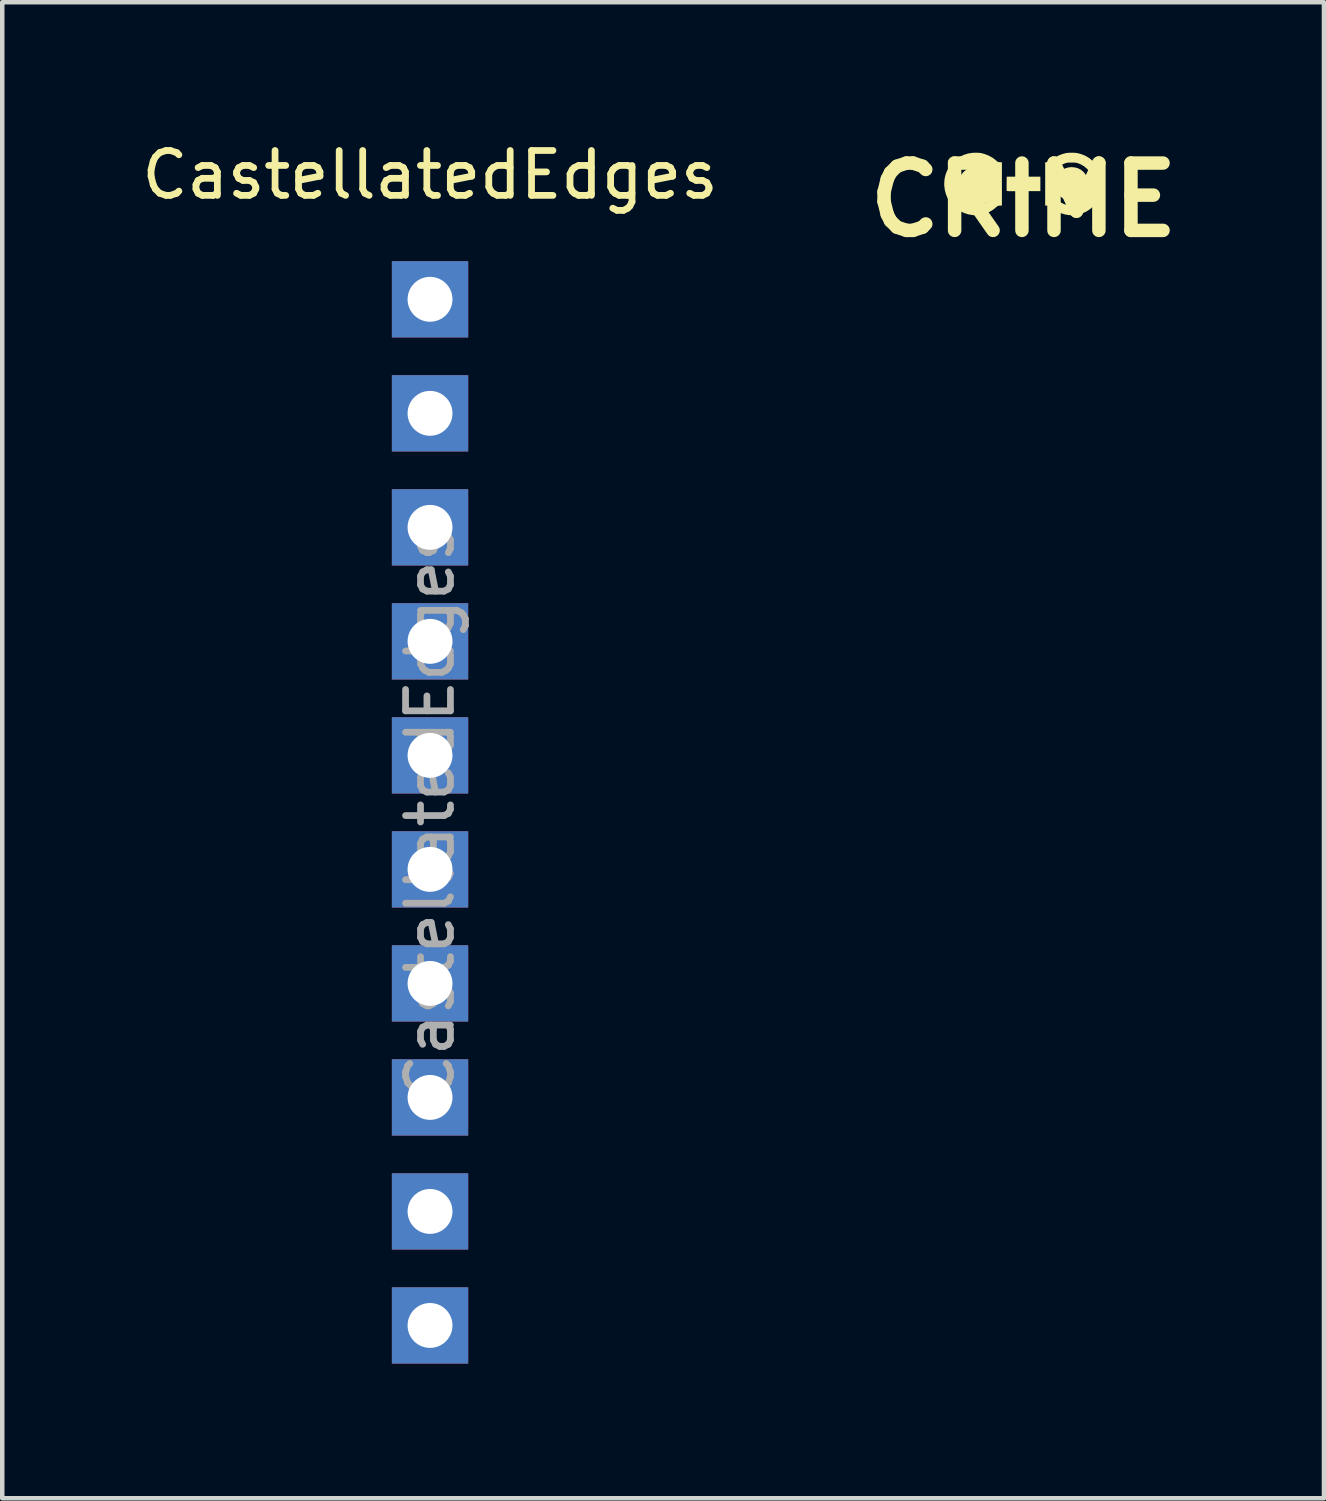
<source format=kicad_pcb>
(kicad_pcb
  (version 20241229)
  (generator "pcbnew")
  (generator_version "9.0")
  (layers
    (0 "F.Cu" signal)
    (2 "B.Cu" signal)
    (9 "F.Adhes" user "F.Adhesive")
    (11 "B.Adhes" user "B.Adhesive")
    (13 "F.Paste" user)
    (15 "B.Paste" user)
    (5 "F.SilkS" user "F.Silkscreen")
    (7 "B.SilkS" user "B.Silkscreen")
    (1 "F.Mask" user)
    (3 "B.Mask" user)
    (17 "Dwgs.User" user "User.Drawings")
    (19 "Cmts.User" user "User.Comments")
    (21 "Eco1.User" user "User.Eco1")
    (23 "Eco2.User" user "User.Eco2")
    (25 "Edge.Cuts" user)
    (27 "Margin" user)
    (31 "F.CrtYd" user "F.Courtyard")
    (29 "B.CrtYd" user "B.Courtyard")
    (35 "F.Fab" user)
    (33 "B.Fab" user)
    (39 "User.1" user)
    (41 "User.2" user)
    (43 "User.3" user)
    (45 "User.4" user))
  (footprint "CastellatedEdges"
    (layer "F.Cu")
    (at 6.53 3.618)
    (property "Reference" "CastellatedEdges" (at 0 -2.77 0) (layer "F.SilkS") (effects (font (size 1 1) (thickness 0.15))))
    (attr through_hole)
    (fp_text user "${REFERENCE}" (at 0 11.43 90) (layer "F.Fab") (effects (font (size 1 1) (thickness 0.15))))
    (pad "1" thru_hole rect (at 0 0) (size 1.7 1.7) (drill 1) (layers "*.Cu" "*.Mask"))
    (pad "2" thru_hole rect (at 0 2.54) (size 1.7 1.7) (drill 1) (layers "*.Cu" "*.Mask"))
    (pad "3" thru_hole rect (at 0 5.08) (size 1.7 1.7) (drill 1) (layers "*.Cu" "*.Mask"))
    (pad "4" thru_hole rect (at 0 7.62) (size 1.7 1.7) (drill 1) (layers "*.Cu" "*.Mask"))
    (pad "5" thru_hole rect (at 0 10.16) (size 1.7 1.7) (drill 1) (layers "*.Cu" "*.Mask"))
    (pad "6" thru_hole rect (at 0 12.7) (size 1.7 1.7) (drill 1) (layers "*.Cu" "*.Mask"))
    (pad "7" thru_hole rect (at 0 15.24) (size 1.7 1.7) (drill 1) (layers "*.Cu" "*.Mask"))
    (pad "8" thru_hole rect (at 0 17.78) (size 1.7 1.7) (drill 1) (layers "*.Cu" "*.Mask"))
    (pad "9" thru_hole rect (at 0 20.32) (size 1.7 1.7) (drill 1) (layers "*.Cu" "*.Mask"))
    (pad "10" thru_hole rect (at 0 22.86) (size 1.7 1.7) (drill 1) (layers "*.Cu" "*.Mask")))
  (footprint "CRIME"
    (layer "F.Cu")
    (at 19.752 1.404)
    (property "Reference" "CRIME" (at 0 0 0) (layer "F.SilkS") (effects (font (size 1.5 1.5) (thickness 0.3))))
    (attr board_only exclude_from_pos_files exclude_from_bom)
    (fp_poly (pts (xy 0.375 -0.357) (xy 0.375 -0.196) (xy 0.002 -0.195) (xy -0.084 -0.194) (xy -0.156 -0.194) (xy -0.216 -0.194) (xy -0.265 -0.194) (xy -0.303 -0.195) (xy -0.332 -0.196) (xy -0.353 -0.197) (xy -0.366 -0.199) (xy -0.374 -0.2) (xy -0.375 -0.202) (xy -0.376 -0.211) (xy -0.377 -0.233) (xy -0.377 -0.265) (xy -0.377 -0.304) (xy -0.377 -0.348) (xy -0.377 -0.364) (xy -0.375 -0.518) (xy 0 -0.518) (xy 0.375 -0.518)) (stroke (width 0) (type solid)) (fill yes) (layer "F.SilkS"))
    (fp_poly (pts (xy -0.998 -0.724) (xy -0.929 -0.705) (xy -0.867 -0.673) (xy -0.813 -0.63) (xy -0.767 -0.576) (xy -0.73 -0.512) (xy -0.716 -0.476) (xy -0.701 -0.415) (xy -0.697 -0.349) (xy -0.703 -0.284) (xy -0.716 -0.239) (xy -0.747 -0.171) (xy -0.788 -0.112) (xy -0.839 -0.062) (xy -0.881 -0.033) (xy -0.935 -0.008) (xy -0.995 0.009) (xy -1.058 0.018) (xy -1.117 0.016) (xy -1.133 0.014) (xy -1.203 -0.005) (xy -1.265 -0.035) (xy -1.319 -0.075) (xy -1.364 -0.123) (xy -1.4 -0.177) (xy -1.426 -0.237) (xy -1.442 -0.3) (xy -1.446 -0.366) (xy -1.439 -0.432) (xy -1.419 -0.498) (xy -1.386 -0.561) (xy -1.383 -0.567) (xy -1.337 -0.623) (xy -1.283 -0.668) (xy -1.222 -0.701) (xy -1.154 -0.722) (xy -1.081 -0.731) (xy -1.071 -0.731)) (stroke (width 0) (type solid)) (fill yes) (layer "F.SilkS"))
    (fp_poly (pts (xy 1.145 -0.724) (xy 1.214 -0.705) (xy 1.276 -0.673) (xy 1.33 -0.63) (xy 1.376 -0.576) (xy 1.412 -0.512) (xy 1.427 -0.476) (xy 1.443 -0.41) (xy 1.446 -0.342) (xy 1.436 -0.273) (xy 1.414 -0.206) (xy 1.383 -0.147) (xy 1.342 -0.098) (xy 1.293 -0.054) (xy 1.262 -0.033) (xy 1.208 -0.008) (xy 1.147 0.009) (xy 1.085 0.018) (xy 1.026 0.016) (xy 1.01 0.014) (xy 0.94 -0.005) (xy 0.878 -0.035) (xy 0.824 -0.075) (xy 0.779 -0.123) (xy 0.743 -0.177) (xy 0.717 -0.237) (xy 0.701 -0.3) (xy 0.697 -0.366) (xy 0.704 -0.432) (xy 0.724 -0.498) (xy 0.757 -0.561) (xy 0.76 -0.567) (xy 0.806 -0.623) (xy 0.86 -0.668) (xy 0.921 -0.701) (xy 0.989 -0.722) (xy 1.062 -0.731) (xy 1.071 -0.731)) (stroke (width 0) (type solid)) (fill yes) (layer "F.SilkS"))
    (fp_poly (pts (xy 1.119 -1.051) (xy 1.162 -1.048) (xy 1.196 -1.044) (xy 1.196 -1.044) (xy 1.294 -1.018) (xy 1.382 -0.981) (xy 1.463 -0.932) (xy 1.539 -0.871) (xy 1.572 -0.838) (xy 1.609 -0.798) (xy 1.638 -0.763) (xy 1.662 -0.727) (xy 1.685 -0.686) (xy 1.694 -0.668) (xy 1.729 -0.587) (xy 1.752 -0.507) (xy 1.764 -0.423) (xy 1.767 -0.357) (xy 1.76 -0.256) (xy 1.741 -0.162) (xy 1.708 -0.072) (xy 1.662 0.012) (xy 1.603 0.091) (xy 1.553 0.143) (xy 1.48 0.206) (xy 1.404 0.256) (xy 1.323 0.293) (xy 1.234 0.32) (xy 1.214 0.325) (xy 1.181 0.33) (xy 1.141 0.335) (xy 1.099 0.338) (xy 1.059 0.34) (xy 1.026 0.339) (xy 1.014 0.339) (xy 0.914 0.321) (xy 0.82 0.292) (xy 0.734 0.253) (xy 0.657 0.203) (xy 0.61 0.163) (xy 0.59 0.145) (xy 0.575 0.135) (xy 0.559 0.13) (xy 0.536 0.128) (xy 0.528 0.127) (xy 0.482 0.125) (xy 0.482 -0.357) (xy 0.597 -0.357) (xy 0.597 -0.316) (xy 0.598 -0.285) (xy 0.6 -0.262) (xy 0.603 -0.242) (xy 0.609 -0.223) (xy 0.617 -0.2) (xy 0.619 -0.196) (xy 0.655 -0.118) (xy 0.701 -0.05) (xy 0.757 0.007) (xy 0.823 0.053) (xy 0.898 0.09) (xy 0.961 0.111) (xy 0.989 0.117) (xy 1.027 0.119) (xy 1.078 0.119) (xy 1.086 0.119) (xy 1.126 0.117) (xy 1.156 0.115) (xy 1.181 0.111) (xy 1.205 0.105) (xy 1.231 0.095) (xy 1.233 0.095) (xy 1.31 0.059) (xy 1.378 0.013) (xy 1.435 -0.043) (xy 1.482 -0.109) (xy 1.52 -0.186) (xy 1.524 -0.196) (xy 1.533 -0.219) (xy 1.539 -0.239) (xy 1.543 -0.258) (xy 1.545 -0.281) (xy 1.546 -0.31) (xy 1.546 -0.349) (xy 1.546 -0.357) (xy 1.546 -0.398) (xy 1.545 -0.429) (xy 1.543 -0.452) (xy 1.54 -0.472) (xy 1.534 -0.491) (xy 1.526 -0.514) (xy 1.524 -0.519) (xy 1.489 -0.594) (xy 1.446 -0.658) (xy 1.411 -0.697) (xy 1.352 -0.747) (xy 1.285 -0.787) (xy 1.233 -0.81) (xy 1.209 -0.818) (xy 1.19 -0.824) (xy 1.17 -0.828) (xy 1.148 -0.831) (xy 1.119 -0.832) (xy 1.08 -0.832) (xy 1.071 -0.832) (xy 1.03 -0.832) (xy 1 -0.831) (xy 0.976 -0.829) (xy 0.957 -0.825) (xy 0.937 -0.82) (xy 0.915 -0.811) (xy 0.91 -0.81) (xy 0.832 -0.773) (xy 0.765 -0.727) (xy 0.707 -0.671) (xy 0.66 -0.605) (xy 0.623 -0.528) (xy 0.619 -0.519) (xy 0.61 -0.495) (xy 0.604 -0.475) (xy 0.6 -0.456) (xy 0.598 -0.434) (xy 0.597 -0.405) (xy 0.597 -0.365) (xy 0.597 -0.357) (xy 0.482 -0.357) (xy 0.482 -0.839) (xy 0.528 -0.841) (xy 0.554 -0.843) (xy 0.571 -0.847) (xy 0.586 -0.856) (xy 0.604 -0.872) (xy 0.61 -0.878) (xy 0.679 -0.933) (xy 0.758 -0.979) (xy 0.846 -1.016) (xy 0.942 -1.043) (xy 0.946 -1.044) (xy 0.98 -1.048) (xy 1.023 -1.051) (xy 1.071 -1.052)) (stroke (width 0) (type solid)) (fill yes) (layer "F.SilkS"))
    (fp_poly (pts (xy -1.033 -1.052) (xy -0.995 -1.049) (xy -0.963 -1.046) (xy -0.946 -1.044) (xy -0.852 -1.018) (xy -0.764 -0.982) (xy -0.685 -0.937) (xy -0.615 -0.882) (xy -0.61 -0.878) (xy -0.59 -0.859) (xy -0.575 -0.849) (xy -0.559 -0.844) (xy -0.536 -0.842) (xy -0.528 -0.841) (xy -0.482 -0.839) (xy -0.482 -0.357) (xy -0.482 0.125) (xy -0.528 0.127) (xy -0.554 0.129) (xy -0.571 0.133) (xy -0.586 0.142) (xy -0.604 0.157) (xy -0.61 0.163) (xy -0.68 0.219) (xy -0.758 0.265) (xy -0.844 0.301) (xy -0.929 0.325) (xy -0.962 0.33) (xy -1.002 0.335) (xy -1.044 0.338) (xy -1.084 0.34) (xy -1.117 0.339) (xy -1.129 0.339) (xy -1.228 0.321) (xy -1.323 0.292) (xy -1.41 0.252) (xy -1.464 0.219) (xy -1.493 0.197) (xy -1.527 0.167) (xy -1.563 0.132) (xy -1.597 0.097) (xy -1.626 0.064) (xy -1.639 0.046) (xy -1.691 -0.038) (xy -1.729 -0.127) (xy -1.754 -0.222) (xy -1.766 -0.321) (xy -1.767 -0.357) (xy -1.546 -0.357) (xy -1.546 -0.316) (xy -1.545 -0.285) (xy -1.543 -0.262) (xy -1.54 -0.242) (xy -1.534 -0.223) (xy -1.526 -0.2) (xy -1.524 -0.196) (xy -1.487 -0.118) (xy -1.441 -0.05) (xy -1.386 0.007) (xy -1.32 0.053) (xy -1.244 0.09) (xy -1.182 0.111) (xy -1.154 0.117) (xy -1.115 0.119) (xy -1.065 0.119) (xy -1.057 0.119) (xy -1.017 0.117) (xy -0.987 0.115) (xy -0.962 0.111) (xy -0.938 0.105) (xy -0.911 0.095) (xy -0.91 0.095) (xy -0.833 0.059) (xy -0.765 0.013) (xy -0.708 -0.043) (xy -0.661 -0.109) (xy -0.623 -0.186) (xy -0.619 -0.196) (xy -0.61 -0.219) (xy -0.604 -0.239) (xy -0.6 -0.258) (xy -0.598 -0.281) (xy -0.597 -0.31) (xy -0.597 -0.349) (xy -0.597 -0.357) (xy -0.597 -0.398) (xy -0.598 -0.429) (xy -0.6 -0.452) (xy -0.603 -0.472) (xy -0.609 -0.491) (xy -0.617 -0.514) (xy -0.619 -0.519) (xy -0.656 -0.597) (xy -0.702 -0.664) (xy -0.758 -0.721) (xy -0.824 -0.768) (xy -0.901 -0.806) (xy -0.91 -0.81) (xy -0.934 -0.818) (xy -0.953 -0.824) (xy -0.973 -0.828) (xy -0.995 -0.831) (xy -1.024 -0.832) (xy -1.063 -0.832) (xy -1.071 -0.832) (xy -1.113 -0.832) (xy -1.143 -0.831) (xy -1.167 -0.829) (xy -1.186 -0.825) (xy -1.206 -0.82) (xy -1.228 -0.811) (xy -1.233 -0.81) (xy -1.311 -0.773) (xy -1.378 -0.727) (xy -1.435 -0.671) (xy -1.483 -0.605) (xy -1.52 -0.528) (xy -1.524 -0.519) (xy -1.533 -0.495) (xy -1.539 -0.475) (xy -1.543 -0.456) (xy -1.545 -0.434) (xy -1.546 -0.405) (xy -1.546 -0.365) (xy -1.546 -0.357) (xy -1.767 -0.357) (xy -1.762 -0.447) (xy -1.747 -0.529) (xy -1.721 -0.609) (xy -1.694 -0.668) (xy -1.671 -0.711) (xy -1.648 -0.749) (xy -1.621 -0.784) (xy -1.588 -0.821) (xy -1.572 -0.838) (xy -1.497 -0.907) (xy -1.417 -0.962) (xy -1.331 -1.004) (xy -1.24 -1.033) (xy -1.143 -1.049) (xy -1.071 -1.052)) (stroke (width 0) (type solid)) (fill yes) (layer "F.SilkS")))
  (gr_rect
    (start -3 -3)
    (end 26.445 30.328)
    (stroke (width 0.1) (type default))
    (fill no)
    (layer "Edge.Cuts")))
</source>
